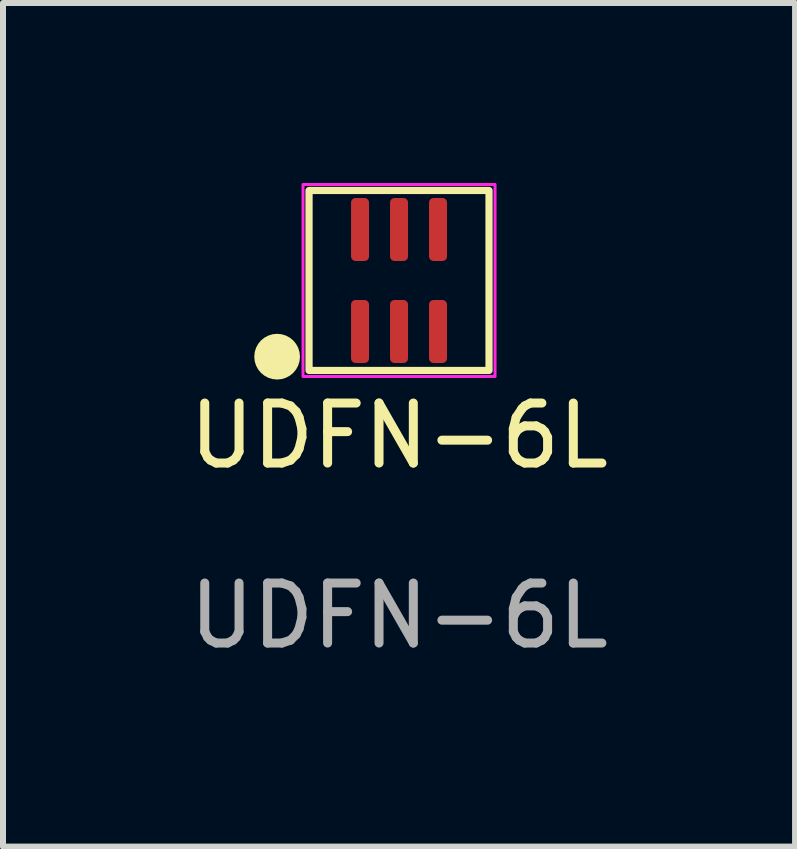
<source format=kicad_pcb>
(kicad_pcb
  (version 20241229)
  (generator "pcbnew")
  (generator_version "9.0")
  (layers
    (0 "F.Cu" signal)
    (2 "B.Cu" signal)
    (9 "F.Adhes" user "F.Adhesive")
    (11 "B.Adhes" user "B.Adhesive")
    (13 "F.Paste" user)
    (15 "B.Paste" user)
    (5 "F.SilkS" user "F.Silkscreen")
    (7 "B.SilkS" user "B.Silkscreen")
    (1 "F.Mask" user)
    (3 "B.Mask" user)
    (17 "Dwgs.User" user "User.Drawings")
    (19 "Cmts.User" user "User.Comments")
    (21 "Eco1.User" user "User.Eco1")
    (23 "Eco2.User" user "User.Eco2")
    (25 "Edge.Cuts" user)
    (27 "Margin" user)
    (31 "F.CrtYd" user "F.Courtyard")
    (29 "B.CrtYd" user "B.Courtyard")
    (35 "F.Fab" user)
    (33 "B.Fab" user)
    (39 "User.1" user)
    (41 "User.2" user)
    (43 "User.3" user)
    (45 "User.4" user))
  (footprint "UDFN-6L"
    (layer "F.Cu")
    (at 3.601 1.625)
    (property "Reference" "UDFN-6L" (at 0 2.588 0) (layer "F.SilkS") (effects (font (size 1 1) (thickness 0.15))))
    (attr smd)
    (fp_rect (start -1.5 -1.5) (end 1.5 1.5) (stroke (width 0.12) (type default)) (fill no) (layer "F.SilkS"))
    (fp_circle (center -2.032 1.27) (end -2.032 1.27) (stroke (width 0.381) (type default)) (fill no) (layer "F.SilkS"))
    (fp_rect (start -1.6 -1.6) (end 1.6 1.6) (stroke (width 0.05) (type default)) (fill no) (layer "F.CrtYd"))
    (fp_text user "${REFERENCE}" (at 0 5.588 0) (unlocked yes) (layer "F.Fab") (effects (font (size 1 1) (thickness 0.15))))
    (pad "1" smd roundrect (at -0.65 0.85) (size 0.3 1.05) (layers "F.Cu" "F.Mask" "F.Paste") (roundrect_rratio 0.25))
    (pad "2" smd roundrect (at 0 0.85) (size 0.3 1.05) (layers "F.Cu" "F.Mask" "F.Paste") (roundrect_rratio 0.25))
    (pad "3" smd roundrect (at 0.65 0.85) (size 0.3 1.05) (layers "F.Cu" "F.Mask" "F.Paste") (roundrect_rratio 0.25))
    (pad "4" smd roundrect (at 0.65 -0.85) (size 0.3 1.05) (layers "F.Cu" "F.Mask" "F.Paste") (roundrect_rratio 0.25))
    (pad "5" smd roundrect (at 0 -0.85) (size 0.3 1.05) (layers "F.Cu" "F.Mask" "F.Paste") (roundrect_rratio 0.25))
    (pad "6" smd roundrect (at -0.65 -0.85) (size 0.3 1.05) (layers "F.Cu" "F.Mask" "F.Paste") (roundrect_rratio 0.25)))
  (gr_rect
    (start -3 -3)
    (end 10.202 11.061)
    (stroke (width 0.1) (type default))
    (fill no)
    (layer "Edge.Cuts")))
</source>
